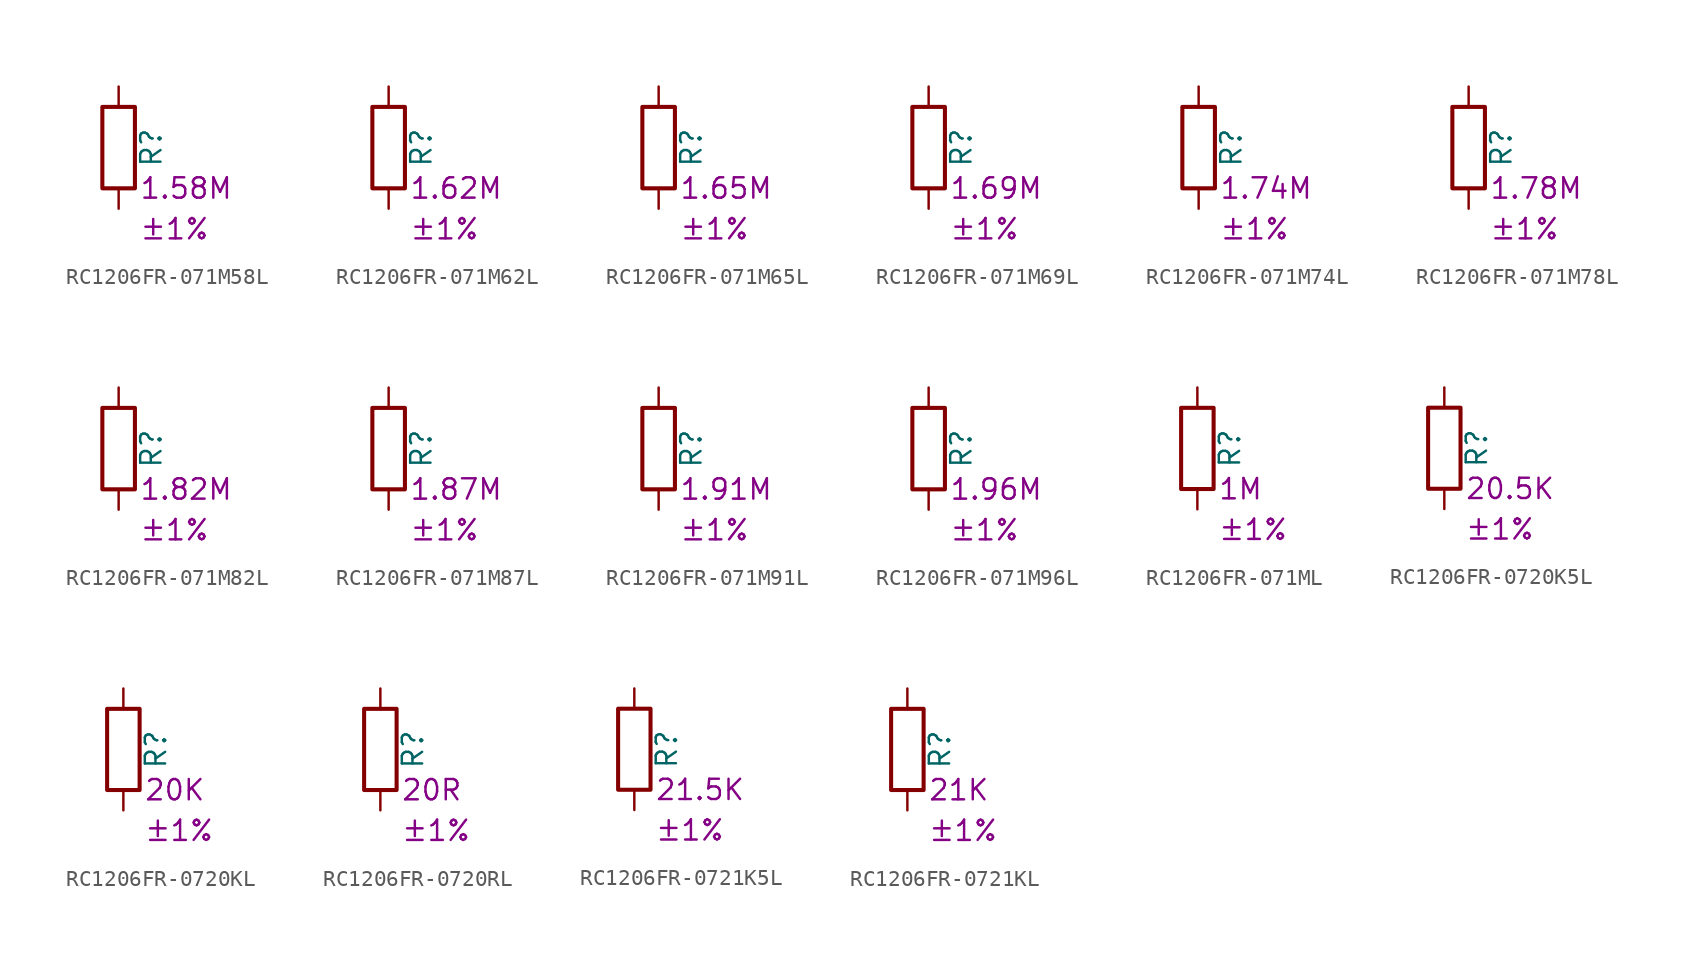
<source format=kicad_sym>
(kicad_symbol_lib
  (version 20220914)
  (generator kicad_symbol_editor)
  (symbol "RC1206FR-071M58L"
    (pin_numbers hide)
    (pin_names
      (offset 0))
    (property "Reference" "R"
      (at 2.032 0 90)
      (effects (font (size 1.27 1.27))))
    (property "Resistance" "1.58M"
      (at 1.27 -2.54 0)
      (effects (font (size 1.27 1.27)) (justify left)))
    (property "Tolerance" "±1%"
      (at 1.27 -5.08 0)
      (effects (font (size 1.27 1.27)) (justify left)))
    (symbol "RC1206FR-071M58L_0_1"
      (rectangle (start -1.016 -2.54) (end 1.016 2.54) (stroke (width 0.254) (type default)) (fill (type none))))
    (symbol "RC1206FR-071M58L_1_1"
      (pin passive line (at 0 3.81 270) (length 1.27) (name "~" (effects (font (size 1.27 1.27)))) (number "1" (effects (font (size 1.27 1.27)))))
      (pin passive line (at 0 -3.81 90) (length 1.27) (name "~" (effects (font (size 1.27 1.27)))) (number "2" (effects (font (size 1.27 1.27)))))))
  (symbol "RC1206FR-071M62L"
    (pin_numbers hide)
    (pin_names
      (offset 0))
    (property "Reference" "R"
      (at 2.032 0 90)
      (effects (font (size 1.27 1.27))))
    (property "Resistance" "1.62M"
      (at 1.27 -2.54 0)
      (effects (font (size 1.27 1.27)) (justify left)))
    (property "Tolerance" "±1%"
      (at 1.27 -5.08 0)
      (effects (font (size 1.27 1.27)) (justify left)))
    (symbol "RC1206FR-071M62L_0_1"
      (rectangle (start -1.016 -2.54) (end 1.016 2.54) (stroke (width 0.254) (type default)) (fill (type none))))
    (symbol "RC1206FR-071M62L_1_1"
      (pin passive line (at 0 3.81 270) (length 1.27) (name "~" (effects (font (size 1.27 1.27)))) (number "1" (effects (font (size 1.27 1.27)))))
      (pin passive line (at 0 -3.81 90) (length 1.27) (name "~" (effects (font (size 1.27 1.27)))) (number "2" (effects (font (size 1.27 1.27)))))))
  (symbol "RC1206FR-071M65L"
    (pin_numbers hide)
    (pin_names
      (offset 0))
    (property "Reference" "R"
      (at 2.032 0 90)
      (effects (font (size 1.27 1.27))))
    (property "Resistance" "1.65M"
      (at 1.27 -2.54 0)
      (effects (font (size 1.27 1.27)) (justify left)))
    (property "Tolerance" "±1%"
      (at 1.27 -5.08 0)
      (effects (font (size 1.27 1.27)) (justify left)))
    (symbol "RC1206FR-071M65L_0_1"
      (rectangle (start -1.016 -2.54) (end 1.016 2.54) (stroke (width 0.254) (type default)) (fill (type none))))
    (symbol "RC1206FR-071M65L_1_1"
      (pin passive line (at 0 3.81 270) (length 1.27) (name "~" (effects (font (size 1.27 1.27)))) (number "1" (effects (font (size 1.27 1.27)))))
      (pin passive line (at 0 -3.81 90) (length 1.27) (name "~" (effects (font (size 1.27 1.27)))) (number "2" (effects (font (size 1.27 1.27)))))))
  (symbol "RC1206FR-071M69L"
    (pin_numbers hide)
    (pin_names
      (offset 0))
    (property "Reference" "R"
      (at 2.032 0 90)
      (effects (font (size 1.27 1.27))))
    (property "Resistance" "1.69M"
      (at 1.27 -2.54 0)
      (effects (font (size 1.27 1.27)) (justify left)))
    (property "Tolerance" "±1%"
      (at 1.27 -5.08 0)
      (effects (font (size 1.27 1.27)) (justify left)))
    (symbol "RC1206FR-071M69L_0_1"
      (rectangle (start -1.016 -2.54) (end 1.016 2.54) (stroke (width 0.254) (type default)) (fill (type none))))
    (symbol "RC1206FR-071M69L_1_1"
      (pin passive line (at 0 3.81 270) (length 1.27) (name "~" (effects (font (size 1.27 1.27)))) (number "1" (effects (font (size 1.27 1.27)))))
      (pin passive line (at 0 -3.81 90) (length 1.27) (name "~" (effects (font (size 1.27 1.27)))) (number "2" (effects (font (size 1.27 1.27)))))))
  (symbol "RC1206FR-071M74L"
    (pin_numbers hide)
    (pin_names
      (offset 0))
    (property "Reference" "R"
      (at 2.032 0 90)
      (effects (font (size 1.27 1.27))))
    (property "Resistance" "1.74M"
      (at 1.27 -2.54 0)
      (effects (font (size 1.27 1.27)) (justify left)))
    (property "Tolerance" "±1%"
      (at 1.27 -5.08 0)
      (effects (font (size 1.27 1.27)) (justify left)))
    (symbol "RC1206FR-071M74L_0_1"
      (rectangle (start -1.016 -2.54) (end 1.016 2.54) (stroke (width 0.254) (type default)) (fill (type none))))
    (symbol "RC1206FR-071M74L_1_1"
      (pin passive line (at 0 3.81 270) (length 1.27) (name "~" (effects (font (size 1.27 1.27)))) (number "1" (effects (font (size 1.27 1.27)))))
      (pin passive line (at 0 -3.81 90) (length 1.27) (name "~" (effects (font (size 1.27 1.27)))) (number "2" (effects (font (size 1.27 1.27)))))))
  (symbol "RC1206FR-071M78L"
    (pin_numbers hide)
    (pin_names
      (offset 0))
    (property "Reference" "R"
      (at 2.032 0 90)
      (effects (font (size 1.27 1.27))))
    (property "Resistance" "1.78M"
      (at 1.27 -2.54 0)
      (effects (font (size 1.27 1.27)) (justify left)))
    (property "Tolerance" "±1%"
      (at 1.27 -5.08 0)
      (effects (font (size 1.27 1.27)) (justify left)))
    (symbol "RC1206FR-071M78L_0_1"
      (rectangle (start -1.016 -2.54) (end 1.016 2.54) (stroke (width 0.254) (type default)) (fill (type none))))
    (symbol "RC1206FR-071M78L_1_1"
      (pin passive line (at 0 3.81 270) (length 1.27) (name "~" (effects (font (size 1.27 1.27)))) (number "1" (effects (font (size 1.27 1.27)))))
      (pin passive line (at 0 -3.81 90) (length 1.27) (name "~" (effects (font (size 1.27 1.27)))) (number "2" (effects (font (size 1.27 1.27)))))))
  (symbol "RC1206FR-071M82L"
    (pin_numbers hide)
    (pin_names
      (offset 0))
    (property "Reference" "R"
      (at 2.032 0 90)
      (effects (font (size 1.27 1.27))))
    (property "Resistance" "1.82M"
      (at 1.27 -2.54 0)
      (effects (font (size 1.27 1.27)) (justify left)))
    (property "Tolerance" "±1%"
      (at 1.27 -5.08 0)
      (effects (font (size 1.27 1.27)) (justify left)))
    (symbol "RC1206FR-071M82L_0_1"
      (rectangle (start -1.016 -2.54) (end 1.016 2.54) (stroke (width 0.254) (type default)) (fill (type none))))
    (symbol "RC1206FR-071M82L_1_1"
      (pin passive line (at 0 3.81 270) (length 1.27) (name "~" (effects (font (size 1.27 1.27)))) (number "1" (effects (font (size 1.27 1.27)))))
      (pin passive line (at 0 -3.81 90) (length 1.27) (name "~" (effects (font (size 1.27 1.27)))) (number "2" (effects (font (size 1.27 1.27)))))))
  (symbol "RC1206FR-071M87L"
    (pin_numbers hide)
    (pin_names
      (offset 0))
    (property "Reference" "R"
      (at 2.032 0 90)
      (effects (font (size 1.27 1.27))))
    (property "Resistance" "1.87M"
      (at 1.27 -2.54 0)
      (effects (font (size 1.27 1.27)) (justify left)))
    (property "Tolerance" "±1%"
      (at 1.27 -5.08 0)
      (effects (font (size 1.27 1.27)) (justify left)))
    (symbol "RC1206FR-071M87L_0_1"
      (rectangle (start -1.016 -2.54) (end 1.016 2.54) (stroke (width 0.254) (type default)) (fill (type none))))
    (symbol "RC1206FR-071M87L_1_1"
      (pin passive line (at 0 3.81 270) (length 1.27) (name "~" (effects (font (size 1.27 1.27)))) (number "1" (effects (font (size 1.27 1.27)))))
      (pin passive line (at 0 -3.81 90) (length 1.27) (name "~" (effects (font (size 1.27 1.27)))) (number "2" (effects (font (size 1.27 1.27)))))))
  (symbol "RC1206FR-071M91L"
    (pin_numbers hide)
    (pin_names
      (offset 0))
    (property "Reference" "R"
      (at 2.032 0 90)
      (effects (font (size 1.27 1.27))))
    (property "Resistance" "1.91M"
      (at 1.27 -2.54 0)
      (effects (font (size 1.27 1.27)) (justify left)))
    (property "Tolerance" "±1%"
      (at 1.27 -5.08 0)
      (effects (font (size 1.27 1.27)) (justify left)))
    (symbol "RC1206FR-071M91L_0_1"
      (rectangle (start -1.016 -2.54) (end 1.016 2.54) (stroke (width 0.254) (type default)) (fill (type none))))
    (symbol "RC1206FR-071M91L_1_1"
      (pin passive line (at 0 3.81 270) (length 1.27) (name "~" (effects (font (size 1.27 1.27)))) (number "1" (effects (font (size 1.27 1.27)))))
      (pin passive line (at 0 -3.81 90) (length 1.27) (name "~" (effects (font (size 1.27 1.27)))) (number "2" (effects (font (size 1.27 1.27)))))))
  (symbol "RC1206FR-071M96L"
    (pin_numbers hide)
    (pin_names
      (offset 0))
    (property "Reference" "R"
      (at 2.032 0 90)
      (effects (font (size 1.27 1.27))))
    (property "Resistance" "1.96M"
      (at 1.27 -2.54 0)
      (effects (font (size 1.27 1.27)) (justify left)))
    (property "Tolerance" "±1%"
      (at 1.27 -5.08 0)
      (effects (font (size 1.27 1.27)) (justify left)))
    (symbol "RC1206FR-071M96L_0_1"
      (rectangle (start -1.016 -2.54) (end 1.016 2.54) (stroke (width 0.254) (type default)) (fill (type none))))
    (symbol "RC1206FR-071M96L_1_1"
      (pin passive line (at 0 3.81 270) (length 1.27) (name "~" (effects (font (size 1.27 1.27)))) (number "1" (effects (font (size 1.27 1.27)))))
      (pin passive line (at 0 -3.81 90) (length 1.27) (name "~" (effects (font (size 1.27 1.27)))) (number "2" (effects (font (size 1.27 1.27)))))))
  (symbol "RC1206FR-071ML"
    (pin_numbers hide)
    (pin_names
      (offset 0))
    (property "Reference" "R"
      (at 2.032 0 90)
      (effects (font (size 1.27 1.27))))
    (property "Resistance" "1M"
      (at 1.27 -2.54 0)
      (effects (font (size 1.27 1.27)) (justify left)))
    (property "Tolerance" "±1%"
      (at 1.27 -5.08 0)
      (effects (font (size 1.27 1.27)) (justify left)))
    (symbol "RC1206FR-071ML_0_1"
      (rectangle (start -1.016 -2.54) (end 1.016 2.54) (stroke (width 0.254) (type default)) (fill (type none))))
    (symbol "RC1206FR-071ML_1_1"
      (pin passive line (at 0 3.81 270) (length 1.27) (name "~" (effects (font (size 1.27 1.27)))) (number "1" (effects (font (size 1.27 1.27)))))
      (pin passive line (at 0 -3.81 90) (length 1.27) (name "~" (effects (font (size 1.27 1.27)))) (number "2" (effects (font (size 1.27 1.27)))))))
  (symbol "RC1206FR-0720K5L"
    (pin_numbers hide)
    (pin_names
      (offset 0))
    (property "Reference" "R"
      (at 2.032 0 90)
      (effects (font (size 1.27 1.27))))
    (property "Resistance" "20.5K"
      (at 1.27 -2.54 0)
      (effects (font (size 1.27 1.27)) (justify left)))
    (property "Tolerance" "±1%"
      (at 1.27 -5.08 0)
      (effects (font (size 1.27 1.27)) (justify left)))
    (symbol "RC1206FR-0720K5L_0_1"
      (rectangle (start -1.016 -2.54) (end 1.016 2.54) (stroke (width 0.254) (type default)) (fill (type none))))
    (symbol "RC1206FR-0720K5L_1_1"
      (pin passive line (at 0 3.81 270) (length 1.27) (name "~" (effects (font (size 1.27 1.27)))) (number "1" (effects (font (size 1.27 1.27)))))
      (pin passive line (at 0 -3.81 90) (length 1.27) (name "~" (effects (font (size 1.27 1.27)))) (number "2" (effects (font (size 1.27 1.27)))))))
  (symbol "RC1206FR-0720KL"
    (pin_numbers hide)
    (pin_names
      (offset 0))
    (property "Reference" "R"
      (at 2.032 0 90)
      (effects (font (size 1.27 1.27))))
    (property "Resistance" "20K"
      (at 1.27 -2.54 0)
      (effects (font (size 1.27 1.27)) (justify left)))
    (property "Tolerance" "±1%"
      (at 1.27 -5.08 0)
      (effects (font (size 1.27 1.27)) (justify left)))
    (symbol "RC1206FR-0720KL_0_1"
      (rectangle (start -1.016 -2.54) (end 1.016 2.54) (stroke (width 0.254) (type default)) (fill (type none))))
    (symbol "RC1206FR-0720KL_1_1"
      (pin passive line (at 0 3.81 270) (length 1.27) (name "~" (effects (font (size 1.27 1.27)))) (number "1" (effects (font (size 1.27 1.27)))))
      (pin passive line (at 0 -3.81 90) (length 1.27) (name "~" (effects (font (size 1.27 1.27)))) (number "2" (effects (font (size 1.27 1.27)))))))
  (symbol "RC1206FR-0720RL"
    (pin_numbers hide)
    (pin_names
      (offset 0))
    (property "Reference" "R"
      (at 2.032 0 90)
      (effects (font (size 1.27 1.27))))
    (property "Resistance" "20R"
      (at 1.27 -2.54 0)
      (effects (font (size 1.27 1.27)) (justify left)))
    (property "Tolerance" "±1%"
      (at 1.27 -5.08 0)
      (effects (font (size 1.27 1.27)) (justify left)))
    (symbol "RC1206FR-0720RL_0_1"
      (rectangle (start -1.016 -2.54) (end 1.016 2.54) (stroke (width 0.254) (type default)) (fill (type none))))
    (symbol "RC1206FR-0720RL_1_1"
      (pin passive line (at 0 3.81 270) (length 1.27) (name "~" (effects (font (size 1.27 1.27)))) (number "1" (effects (font (size 1.27 1.27)))))
      (pin passive line (at 0 -3.81 90) (length 1.27) (name "~" (effects (font (size 1.27 1.27)))) (number "2" (effects (font (size 1.27 1.27)))))))
  (symbol "RC1206FR-0721K5L"
    (pin_numbers hide)
    (pin_names
      (offset 0))
    (property "Reference" "R"
      (at 2.032 0 90)
      (effects (font (size 1.27 1.27))))
    (property "Resistance" "21.5K"
      (at 1.27 -2.54 0)
      (effects (font (size 1.27 1.27)) (justify left)))
    (property "Tolerance" "±1%"
      (at 1.27 -5.08 0)
      (effects (font (size 1.27 1.27)) (justify left)))
    (symbol "RC1206FR-0721K5L_0_1"
      (rectangle (start -1.016 -2.54) (end 1.016 2.54) (stroke (width 0.254) (type default)) (fill (type none))))
    (symbol "RC1206FR-0721K5L_1_1"
      (pin passive line (at 0 3.81 270) (length 1.27) (name "~" (effects (font (size 1.27 1.27)))) (number "1" (effects (font (size 1.27 1.27)))))
      (pin passive line (at 0 -3.81 90) (length 1.27) (name "~" (effects (font (size 1.27 1.27)))) (number "2" (effects (font (size 1.27 1.27)))))))
  (symbol "RC1206FR-0721KL"
    (pin_numbers hide)
    (pin_names
      (offset 0))
    (property "Reference" "R"
      (at 2.032 0 90)
      (effects (font (size 1.27 1.27))))
    (property "Resistance" "21K"
      (at 1.27 -2.54 0)
      (effects (font (size 1.27 1.27)) (justify left)))
    (property "Tolerance" "±1%"
      (at 1.27 -5.08 0)
      (effects (font (size 1.27 1.27)) (justify left)))
    (symbol "RC1206FR-0721KL_0_1"
      (rectangle (start -1.016 -2.54) (end 1.016 2.54) (stroke (width 0.254) (type default)) (fill (type none))))
    (symbol "RC1206FR-0721KL_1_1"
      (pin passive line (at 0 3.81 270) (length 1.27) (name "~" (effects (font (size 1.27 1.27)))) (number "1" (effects (font (size 1.27 1.27)))))
      (pin passive line (at 0 -3.81 90) (length 1.27) (name "~" (effects (font (size 1.27 1.27)))) (number "2" (effects (font (size 1.27 1.27))))))))
</source>
